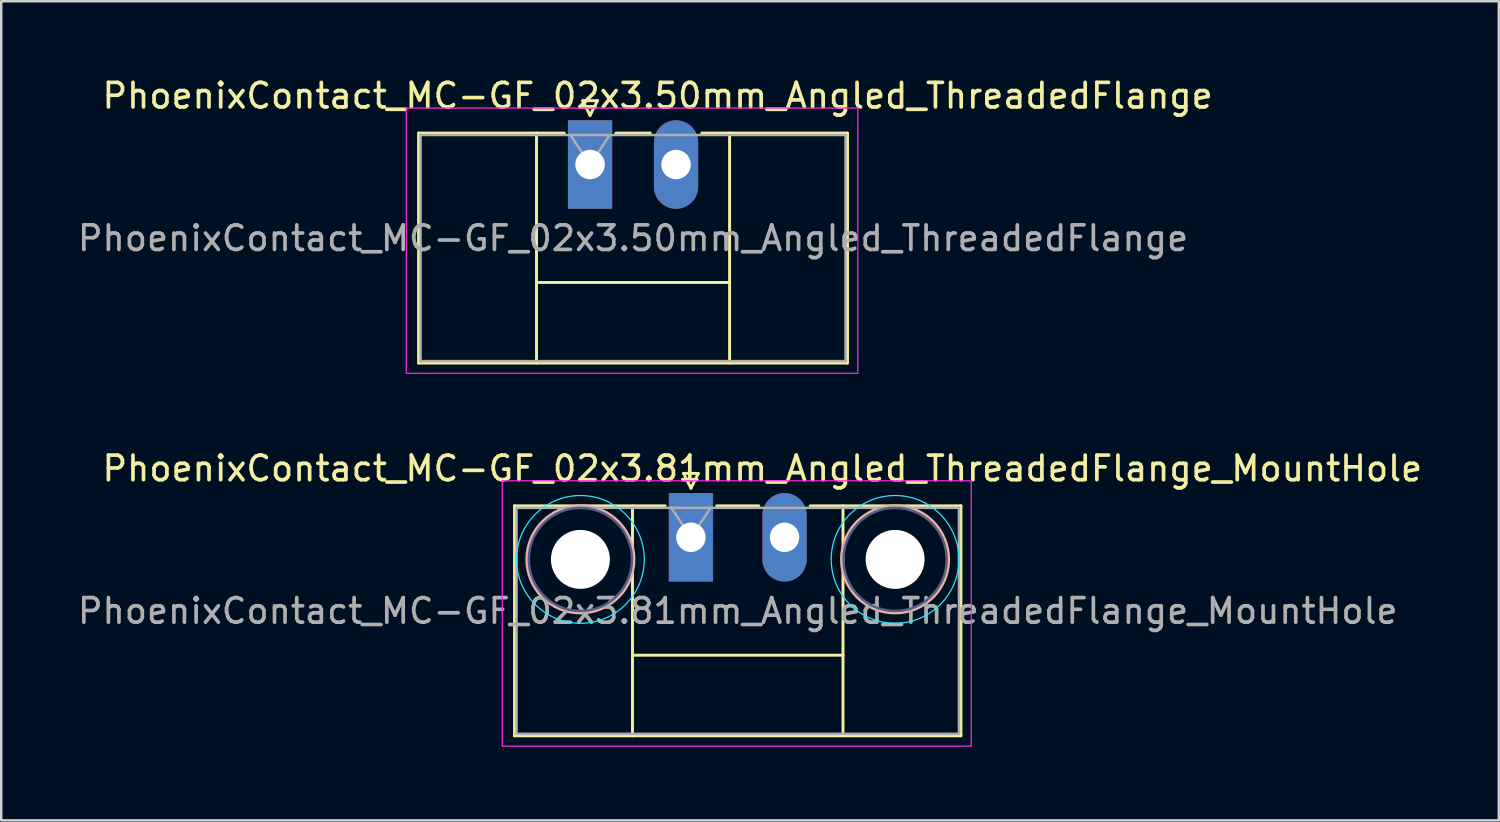
<source format=kicad_pcb>
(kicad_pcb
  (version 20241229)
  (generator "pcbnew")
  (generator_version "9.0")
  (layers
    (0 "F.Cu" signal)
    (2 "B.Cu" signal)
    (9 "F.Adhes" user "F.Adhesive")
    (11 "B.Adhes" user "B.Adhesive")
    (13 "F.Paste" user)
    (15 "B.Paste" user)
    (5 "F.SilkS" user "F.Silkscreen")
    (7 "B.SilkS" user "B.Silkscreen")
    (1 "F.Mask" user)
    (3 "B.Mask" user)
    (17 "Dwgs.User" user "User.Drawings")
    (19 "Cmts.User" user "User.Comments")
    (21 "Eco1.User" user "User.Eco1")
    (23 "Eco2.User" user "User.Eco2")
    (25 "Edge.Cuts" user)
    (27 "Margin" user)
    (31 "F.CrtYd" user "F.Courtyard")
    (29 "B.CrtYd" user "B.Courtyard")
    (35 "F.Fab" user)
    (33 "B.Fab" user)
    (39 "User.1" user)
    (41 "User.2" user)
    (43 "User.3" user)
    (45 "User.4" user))
  (footprint "PhoenixContact_MC-GF_02x3.81mm_Angled_ThreadedFlange_MountHole"
    (layer "F.Cu")
    (at 25.077 18.822)
    (property "Reference" "PhoenixContact_MC-GF_02x3.81mm_Angled_ThreadedFlange_MountHole" (at 2.905 -2.8 0) (layer "F.SilkS") (effects (font (size 1 1) (thickness 0.15))))
    (attr through_hole)
    (fp_line (start -7.18 -1.28) (end -7.18 8.08) (stroke (width 0.12) (type solid)) (layer "F.SilkS"))
    (fp_line (start -7.18 -1.28) (end -1.05 -1.28) (stroke (width 0.12) (type solid)) (layer "F.SilkS"))
    (fp_line (start -7.18 8.08) (end 10.99 8.08) (stroke (width 0.12) (type solid)) (layer "F.SilkS"))
    (fp_line (start -2.38 -1.28) (end -2.38 8.08) (stroke (width 0.12) (type solid)) (layer "F.SilkS"))
    (fp_line (start -2.38 4.8) (end 6.19 4.8) (stroke (width 0.12) (type solid)) (layer "F.SilkS"))
    (fp_line (start -0.3 -2.6) (end 0.3 -2.6) (stroke (width 0.12) (type solid)) (layer "F.SilkS"))
    (fp_line (start 0 -2) (end -0.3 -2.6) (stroke (width 0.12) (type solid)) (layer "F.SilkS"))
    (fp_line (start 0.3 -2.6) (end 0 -2) (stroke (width 0.12) (type solid)) (layer "F.SilkS"))
    (fp_line (start 1.05 -1.28) (end 2.76 -1.28) (stroke (width 0.12) (type solid)) (layer "F.SilkS"))
    (fp_line (start 6.19 -1.28) (end 6.19 8.08) (stroke (width 0.12) (type solid)) (layer "F.SilkS"))
    (fp_line (start 10.99 -1.28) (end 4.86 -1.28) (stroke (width 0.12) (type solid)) (layer "F.SilkS"))
    (fp_line (start 10.99 8.08) (end 10.99 -1.28) (stroke (width 0.12) (type solid)) (layer "F.SilkS"))
    (fp_circle (center -4.5 0.9) (end -2.32 0.9) (stroke (width 0.12) (type solid)) (fill no) (layer "B.SilkS"))
    (fp_circle (center 8.31 0.9) (end 10.49 0.9) (stroke (width 0.12) (type solid)) (fill no) (layer "B.SilkS"))
    (fp_circle (center -4.5 0.9) (end -1.9 0.9) (stroke (width 0.05) (type solid)) (fill no) (layer "B.CrtYd"))
    (fp_circle (center 8.31 0.9) (end 10.91 0.9) (stroke (width 0.05) (type solid)) (fill no) (layer "B.CrtYd"))
    (fp_line (start -7.68 -2.3) (end -7.68 8.5) (stroke (width 0.05) (type solid)) (layer "F.CrtYd"))
    (fp_line (start -7.68 8.5) (end 11.41 8.5) (stroke (width 0.05) (type solid)) (layer "F.CrtYd"))
    (fp_line (start 11.41 -2.3) (end -7.68 -2.3) (stroke (width 0.05) (type solid)) (layer "F.CrtYd"))
    (fp_line (start 11.41 8.5) (end 11.41 -2.3) (stroke (width 0.05) (type solid)) (layer "F.CrtYd"))
    (fp_circle (center -4.5 0.9) (end -2.4 0.9) (stroke (width 0.1) (type solid)) (fill no) (layer "B.Fab"))
    (fp_circle (center 8.31 0.9) (end 10.41 0.9) (stroke (width 0.1) (type solid)) (fill no) (layer "B.Fab"))
    (fp_line (start -7.1 -1.2) (end -7.1 8) (stroke (width 0.1) (type solid)) (layer "F.Fab"))
    (fp_line (start -7.1 8) (end 10.91 8) (stroke (width 0.1) (type solid)) (layer "F.Fab"))
    (fp_line (start 0 0) (end -0.8 -1.2) (stroke (width 0.1) (type solid)) (layer "F.Fab"))
    (fp_line (start 0.8 -1.2) (end 0 0) (stroke (width 0.1) (type solid)) (layer "F.Fab"))
    (fp_line (start 10.91 -1.2) (end -7.1 -1.2) (stroke (width 0.1) (type solid)) (layer "F.Fab"))
    (fp_line (start 10.91 8) (end 10.91 -1.2) (stroke (width 0.1) (type solid)) (layer "F.Fab"))
    (fp_text user "${REFERENCE}" (at 1.905 3 0) (layer "F.Fab") (effects (font (size 1 1) (thickness 0.15))))
    (pad "" np_thru_hole circle (at -4.5 0.9) (size 2.4 2.4) (drill 2.4) (layers "*.Cu" "*.Mask"))
    (pad "" np_thru_hole circle (at 8.31 0.9) (size 2.4 2.4) (drill 2.4) (layers "*.Cu" "*.Mask"))
    (pad "1" thru_hole rect (at 0 0) (size 1.8 3.6) (drill 1.2) (layers "*.Cu" "*.Mask"))
    (pad "2" thru_hole oval (at 3.81 0) (size 1.8 3.6) (drill 1.2) (layers "*.Cu" "*.Mask")))
  (footprint "PhoenixContact_MC-GF_02x3.50mm_Angled_ThreadedFlange"
    (layer "F.Cu")
    (at 20.97 3.648)
    (property "Reference" "PhoenixContact_MC-GF_02x3.50mm_Angled_ThreadedFlange" (at 2.75 -2.8 0) (layer "F.SilkS") (effects (font (size 1 1) (thickness 0.15))))
    (attr through_hole)
    (fp_line (start -6.98 -1.28) (end -6.98 8.08) (stroke (width 0.12) (type solid)) (layer "F.SilkS"))
    (fp_line (start -6.98 -1.28) (end -1.05 -1.28) (stroke (width 0.12) (type solid)) (layer "F.SilkS"))
    (fp_line (start -6.98 8.08) (end 10.48 8.08) (stroke (width 0.12) (type solid)) (layer "F.SilkS"))
    (fp_line (start -2.18 -1.28) (end -2.18 8.08) (stroke (width 0.12) (type solid)) (layer "F.SilkS"))
    (fp_line (start -2.18 4.8) (end 5.68 4.8) (stroke (width 0.12) (type solid)) (layer "F.SilkS"))
    (fp_line (start -0.3 -2.6) (end 0.3 -2.6) (stroke (width 0.12) (type solid)) (layer "F.SilkS"))
    (fp_line (start 0 -2) (end -0.3 -2.6) (stroke (width 0.12) (type solid)) (layer "F.SilkS"))
    (fp_line (start 0.3 -2.6) (end 0 -2) (stroke (width 0.12) (type solid)) (layer "F.SilkS"))
    (fp_line (start 1.05 -1.28) (end 2.45 -1.28) (stroke (width 0.12) (type solid)) (layer "F.SilkS"))
    (fp_line (start 5.68 -1.28) (end 5.68 8.08) (stroke (width 0.12) (type solid)) (layer "F.SilkS"))
    (fp_line (start 10.48 -1.28) (end 4.55 -1.28) (stroke (width 0.12) (type solid)) (layer "F.SilkS"))
    (fp_line (start 10.48 8.08) (end 10.48 -1.28) (stroke (width 0.12) (type solid)) (layer "F.SilkS"))
    (fp_line (start -7.48 -2.3) (end -7.48 8.5) (stroke (width 0.05) (type solid)) (layer "F.CrtYd"))
    (fp_line (start -7.48 8.5) (end 10.9 8.5) (stroke (width 0.05) (type solid)) (layer "F.CrtYd"))
    (fp_line (start 10.9 -2.3) (end -7.48 -2.3) (stroke (width 0.05) (type solid)) (layer "F.CrtYd"))
    (fp_line (start 10.9 8.5) (end 10.9 -2.3) (stroke (width 0.05) (type solid)) (layer "F.CrtYd"))
    (fp_line (start -6.9 -1.2) (end -6.9 8) (stroke (width 0.1) (type solid)) (layer "F.Fab"))
    (fp_line (start -6.9 8) (end 10.4 8) (stroke (width 0.1) (type solid)) (layer "F.Fab"))
    (fp_line (start 0 0) (end -0.8 -1.2) (stroke (width 0.1) (type solid)) (layer "F.Fab"))
    (fp_line (start 0.8 -1.2) (end 0 0) (stroke (width 0.1) (type solid)) (layer "F.Fab"))
    (fp_line (start 10.4 -1.2) (end -6.9 -1.2) (stroke (width 0.1) (type solid)) (layer "F.Fab"))
    (fp_line (start 10.4 8) (end 10.4 -1.2) (stroke (width 0.1) (type solid)) (layer "F.Fab"))
    (fp_text user "${REFERENCE}" (at 1.75 3 0) (layer "F.Fab") (effects (font (size 1 1) (thickness 0.15))))
    (pad "1" thru_hole rect (at 0 0) (size 1.8 3.6) (drill 1.2) (layers "*.Cu" "*.Mask"))
    (pad "2" thru_hole oval (at 3.5 0) (size 1.8 3.6) (drill 1.2) (layers "*.Cu" "*.Mask")))
  (gr_rect
    (start -3 -3)
    (end 57.964 30.346)
    (stroke (width 0.1) (type default))
    (fill no)
    (layer "Edge.Cuts")))
</source>
